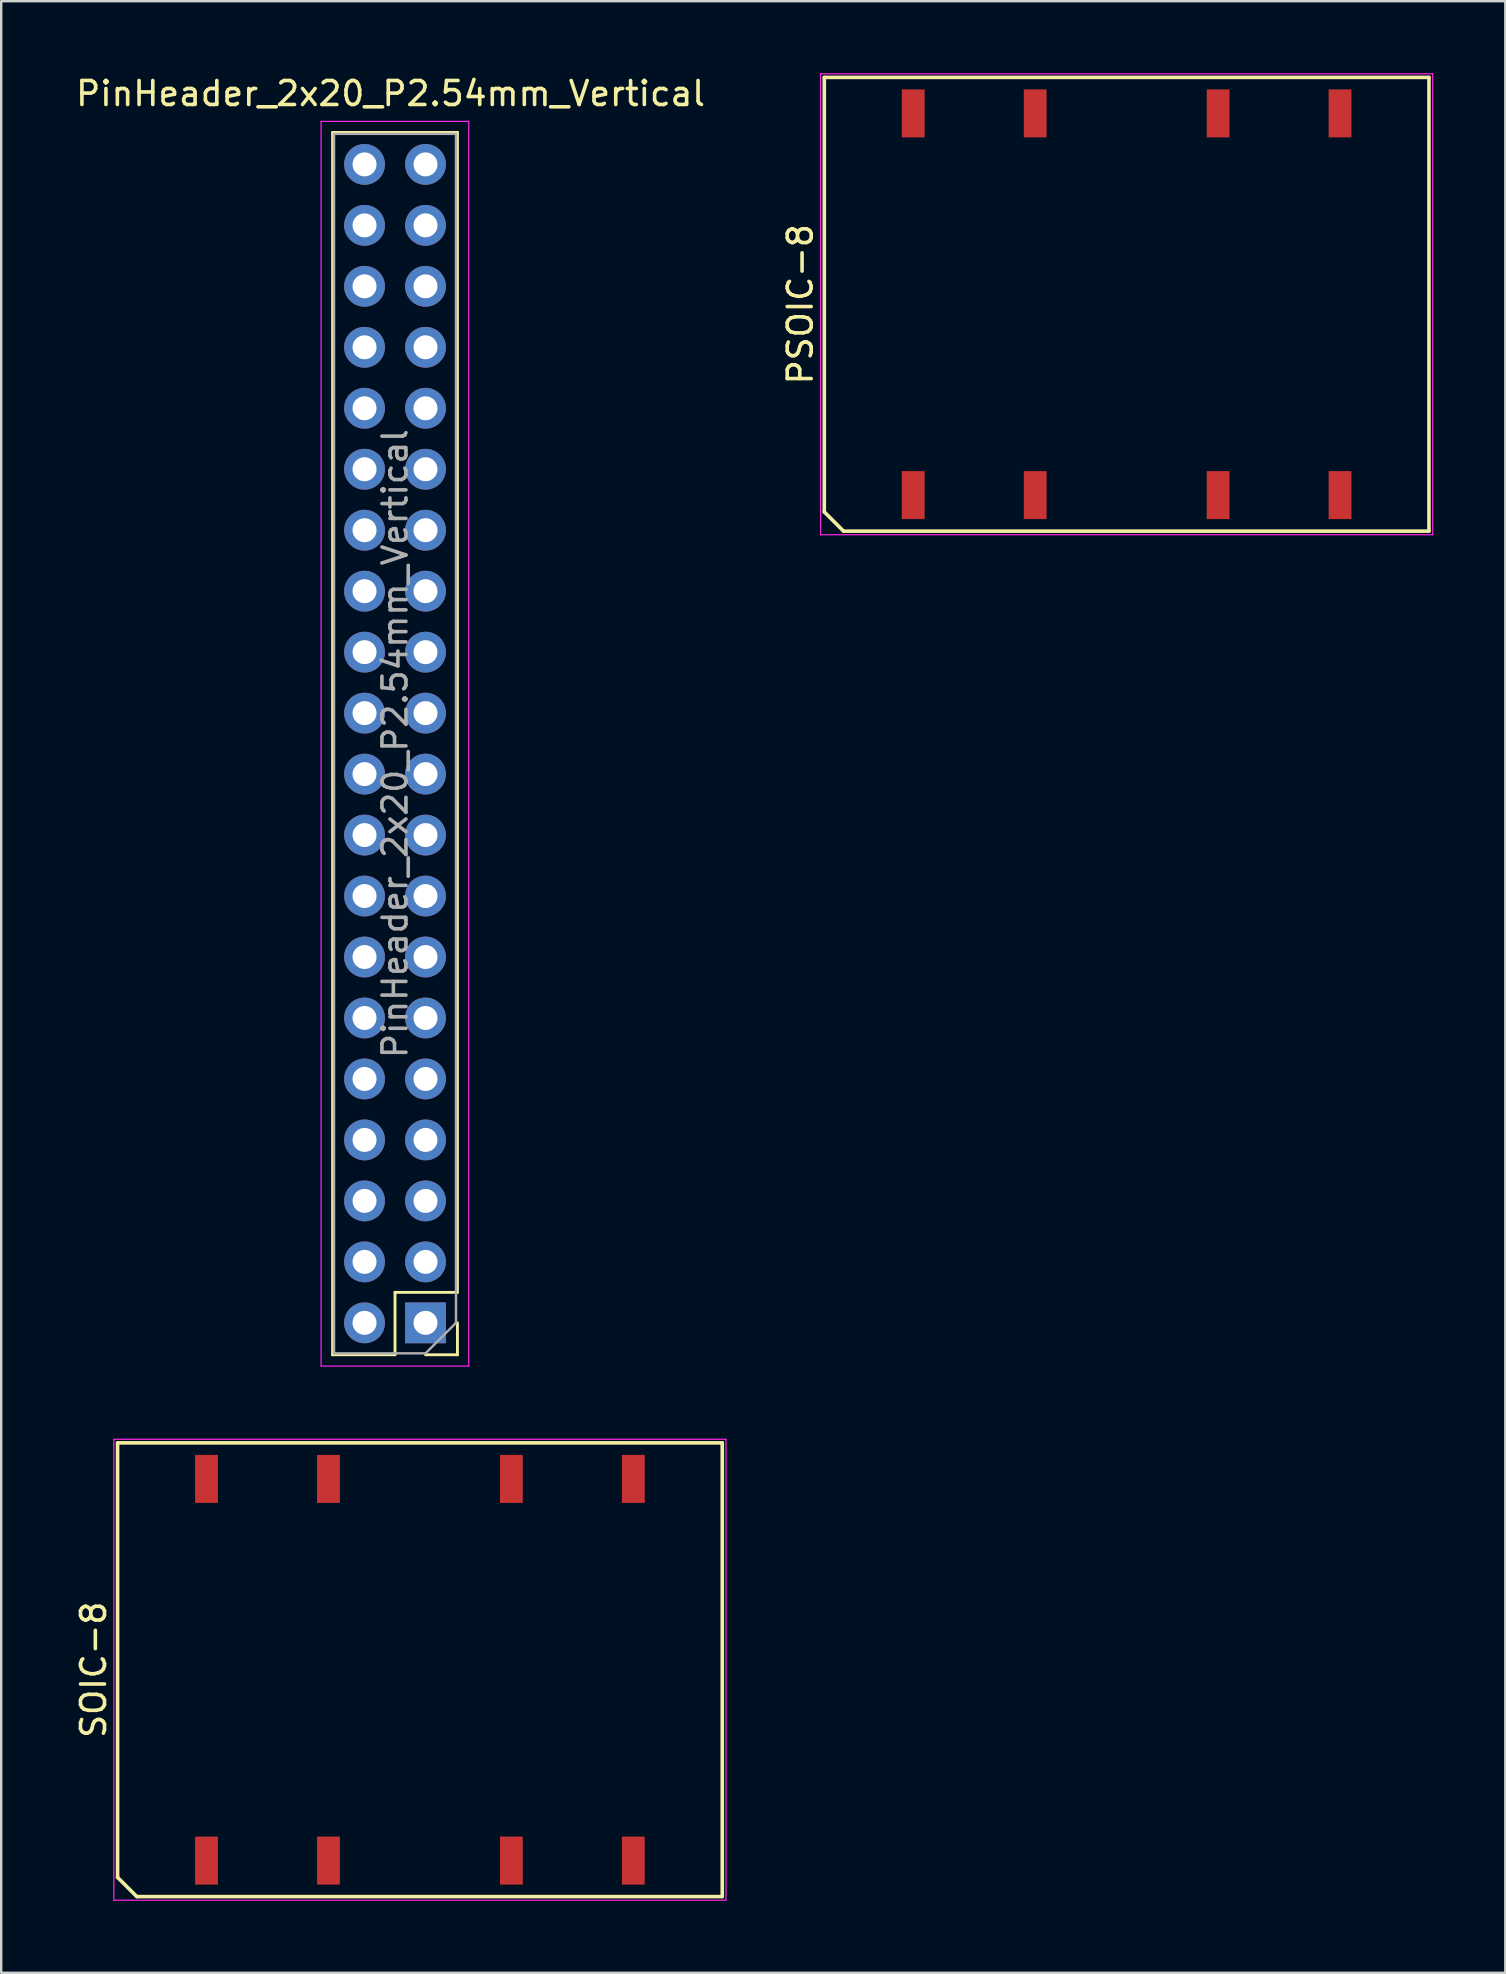
<source format=kicad_pcb>
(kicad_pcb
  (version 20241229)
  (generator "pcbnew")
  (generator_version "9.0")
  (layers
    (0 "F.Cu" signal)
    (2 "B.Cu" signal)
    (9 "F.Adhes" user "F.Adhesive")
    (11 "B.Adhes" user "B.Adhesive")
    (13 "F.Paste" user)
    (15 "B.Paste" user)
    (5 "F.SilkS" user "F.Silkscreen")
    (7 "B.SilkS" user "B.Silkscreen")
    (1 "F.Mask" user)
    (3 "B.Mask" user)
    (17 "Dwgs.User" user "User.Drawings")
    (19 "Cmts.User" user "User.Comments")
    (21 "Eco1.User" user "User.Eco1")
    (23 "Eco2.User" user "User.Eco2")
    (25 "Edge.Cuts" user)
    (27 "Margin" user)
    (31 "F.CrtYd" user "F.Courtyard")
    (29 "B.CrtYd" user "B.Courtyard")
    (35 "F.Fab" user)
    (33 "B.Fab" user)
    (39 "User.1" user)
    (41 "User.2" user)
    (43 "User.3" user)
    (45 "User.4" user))
  (footprint "SOIC-8"
    (layer "F.Cu")
    (at 14.443 66.509)
    (property "Reference" "SOIC-8" (at -13.595 0 90) (layer "F.SilkS") (effects (font (size 1 1) (thickness 0.15))))
    (attr smd)
    (fp_line (start -12.595 -9.45) (end 12.595 -9.45) (stroke (width 0.15) (type solid)) (layer "F.SilkS"))
    (fp_line (start -12.595 8.65) (end -12.595 -9.45) (stroke (width 0.15) (type solid)) (layer "F.SilkS"))
    (fp_line (start -11.795 9.45) (end -12.595 8.65) (stroke (width 0.15) (type solid)) (layer "F.SilkS"))
    (fp_line (start 12.595 -9.45) (end 12.595 9.45) (stroke (width 0.15) (type solid)) (layer "F.SilkS"))
    (fp_line (start 12.595 9.45) (end -11.795 9.45) (stroke (width 0.15) (type solid)) (layer "F.SilkS"))
    (fp_line (start -12.75 -9.6) (end 12.75 -9.6) (stroke (width 0.05) (type solid)) (layer "F.CrtYd"))
    (fp_line (start -12.75 9.6) (end -12.75 -9.6) (stroke (width 0.05) (type solid)) (layer "F.CrtYd"))
    (fp_line (start 12.75 -9.6) (end 12.75 9.6) (stroke (width 0.05) (type solid)) (layer "F.CrtYd"))
    (fp_line (start 12.75 9.6) (end -12.75 9.6) (stroke (width 0.05) (type solid)) (layer "F.CrtYd"))
    (pad "1" smd rect (at -8.89 7.95) (size 0.95 2) (layers "F.Cu" "F.Mask" "F.Paste"))
    (pad "2" smd rect (at -3.81 7.95) (size 0.95 2) (layers "F.Cu" "F.Mask" "F.Paste"))
    (pad "3" smd rect (at 3.81 7.95) (size 0.95 2) (layers "F.Cu" "F.Mask" "F.Paste"))
    (pad "4" smd rect (at 8.89 7.95) (size 0.95 2) (layers "F.Cu" "F.Mask" "F.Paste"))
    (pad "5" smd rect (at 8.89 -7.95) (size 0.95 2) (layers "F.Cu" "F.Mask" "F.Paste"))
    (pad "6" smd rect (at 3.81 -7.95) (size 0.95 2) (layers "F.Cu" "F.Mask" "F.Paste"))
    (pad "7" smd rect (at -3.81 -7.95) (size 0.95 2) (layers "F.Cu" "F.Mask" "F.Paste"))
    (pad "8" smd rect (at -8.89 -7.95) (size 0.95 2) (layers "F.Cu" "F.Mask" "F.Paste")))
  (footprint "PinHeader_2x20_P2.54mm_Vertical"
    (layer "F.Cu")
    (at 13.2 3.428)
    (property "Reference" "PinHeader_2x20_P2.54mm_Vertical" (at 0.02 -2.58 0) (layer "F.SilkS") (effects (font (size 1 1) (thickness 0.15))))
    (attr through_hole)
    (fp_line (start -2.394 49.96) (end -2.394 -0.96) (stroke (width 0.12) (type solid)) (layer "F.SilkS"))
    (fp_line (start 0.206 47.36) (end 0.206 49.96) (stroke (width 0.12) (type solid)) (layer "F.SilkS"))
    (fp_line (start 0.206 49.96) (end -2.394 49.96) (stroke (width 0.12) (type solid)) (layer "F.SilkS"))
    (fp_line (start 2.806 -0.96) (end -2.394 -0.96) (stroke (width 0.12) (type solid)) (layer "F.SilkS"))
    (fp_line (start 2.806 47.36) (end 0.206 47.36) (stroke (width 0.12) (type solid)) (layer "F.SilkS"))
    (fp_line (start 2.806 47.36) (end 2.806 -0.96) (stroke (width 0.12) (type solid)) (layer "F.SilkS"))
    (fp_line (start 2.806 48.63) (end 2.806 49.96) (stroke (width 0.12) (type solid)) (layer "F.SilkS"))
    (fp_line (start 2.806 49.96) (end 1.476 49.96) (stroke (width 0.12) (type solid)) (layer "F.SilkS"))
    (fp_line (start -2.874 -1.42) (end -2.874 50.43) (stroke (width 0.05) (type solid)) (layer "F.CrtYd"))
    (fp_line (start -2.874 50.43) (end 3.276 50.43) (stroke (width 0.05) (type solid)) (layer "F.CrtYd"))
    (fp_line (start 3.276 -1.42) (end -2.874 -1.42) (stroke (width 0.05) (type solid)) (layer "F.CrtYd"))
    (fp_line (start 3.276 50.43) (end 3.276 -1.42) (stroke (width 0.05) (type solid)) (layer "F.CrtYd"))
    (fp_line (start -2.334 -0.9) (end 2.746 -0.9) (stroke (width 0.1) (type solid)) (layer "F.Fab"))
    (fp_line (start -2.334 49.9) (end -2.334 -0.9) (stroke (width 0.1) (type solid)) (layer "F.Fab"))
    (fp_line (start 1.476 49.9) (end -2.334 49.9) (stroke (width 0.1) (type solid)) (layer "F.Fab"))
    (fp_line (start 2.746 -0.9) (end 2.746 48.63) (stroke (width 0.1) (type solid)) (layer "F.Fab"))
    (fp_line (start 2.746 48.63) (end 1.476 49.9) (stroke (width 0.1) (type solid)) (layer "F.Fab"))
    (fp_text user "${REFERENCE}" (at 0.206 24.5 270) (layer "F.Fab") (effects (font (size 1 1) (thickness 0.15))))
    (pad "1" thru_hole rect (at 1.476 48.63 180) (size 1.7 1.7) (drill 1) (layers "*.Cu" "*.Mask"))
    (pad "2" thru_hole oval (at -1.064 48.63 180) (size 1.7 1.7) (drill 1) (layers "*.Cu" "*.Mask"))
    (pad "3" thru_hole oval (at 1.476 46.09 180) (size 1.7 1.7) (drill 1) (layers "*.Cu" "*.Mask"))
    (pad "4" thru_hole oval (at -1.064 46.09 180) (size 1.7 1.7) (drill 1) (layers "*.Cu" "*.Mask"))
    (pad "5" thru_hole oval (at 1.476 43.55 180) (size 1.7 1.7) (drill 1) (layers "*.Cu" "*.Mask"))
    (pad "6" thru_hole oval (at -1.064 43.55 180) (size 1.7 1.7) (drill 1) (layers "*.Cu" "*.Mask"))
    (pad "7" thru_hole oval (at 1.476 41.01 180) (size 1.7 1.7) (drill 1) (layers "*.Cu" "*.Mask"))
    (pad "8" thru_hole oval (at -1.064 41.01 180) (size 1.7 1.7) (drill 1) (layers "*.Cu" "*.Mask"))
    (pad "9" thru_hole oval (at 1.476 38.47 180) (size 1.7 1.7) (drill 1) (layers "*.Cu" "*.Mask"))
    (pad "10" thru_hole oval (at -1.064 38.47 180) (size 1.7 1.7) (drill 1) (layers "*.Cu" "*.Mask"))
    (pad "11" thru_hole oval (at 1.476 35.93 180) (size 1.7 1.7) (drill 1) (layers "*.Cu" "*.Mask"))
    (pad "12" thru_hole oval (at -1.064 35.93 180) (size 1.7 1.7) (drill 1) (layers "*.Cu" "*.Mask"))
    (pad "13" thru_hole oval (at 1.476 33.39 180) (size 1.7 1.7) (drill 1) (layers "*.Cu" "*.Mask"))
    (pad "14" thru_hole oval (at -1.064 33.39 180) (size 1.7 1.7) (drill 1) (layers "*.Cu" "*.Mask"))
    (pad "15" thru_hole oval (at 1.476 30.85 180) (size 1.7 1.7) (drill 1) (layers "*.Cu" "*.Mask"))
    (pad "16" thru_hole oval (at -1.064 30.85 180) (size 1.7 1.7) (drill 1) (layers "*.Cu" "*.Mask"))
    (pad "17" thru_hole oval (at 1.476 28.31 180) (size 1.7 1.7) (drill 1) (layers "*.Cu" "*.Mask"))
    (pad "18" thru_hole oval (at -1.064 28.31 180) (size 1.7 1.7) (drill 1) (layers "*.Cu" "*.Mask"))
    (pad "19" thru_hole oval (at 1.476 25.77 180) (size 1.7 1.7) (drill 1) (layers "*.Cu" "*.Mask"))
    (pad "20" thru_hole oval (at -1.064 25.77 180) (size 1.7 1.7) (drill 1) (layers "*.Cu" "*.Mask"))
    (pad "21" thru_hole oval (at 1.476 23.23 180) (size 1.7 1.7) (drill 1) (layers "*.Cu" "*.Mask"))
    (pad "22" thru_hole oval (at -1.064 23.23 180) (size 1.7 1.7) (drill 1) (layers "*.Cu" "*.Mask"))
    (pad "23" thru_hole oval (at 1.476 20.69 180) (size 1.7 1.7) (drill 1) (layers "*.Cu" "*.Mask"))
    (pad "24" thru_hole oval (at -1.064 20.69 180) (size 1.7 1.7) (drill 1) (layers "*.Cu" "*.Mask"))
    (pad "25" thru_hole oval (at 1.476 18.15 180) (size 1.7 1.7) (drill 1) (layers "*.Cu" "*.Mask"))
    (pad "26" thru_hole oval (at -1.064 18.15 180) (size 1.7 1.7) (drill 1) (layers "*.Cu" "*.Mask"))
    (pad "27" thru_hole oval (at 1.476 15.61 180) (size 1.7 1.7) (drill 1) (layers "*.Cu" "*.Mask"))
    (pad "28" thru_hole oval (at -1.064 15.61 180) (size 1.7 1.7) (drill 1) (layers "*.Cu" "*.Mask"))
    (pad "29" thru_hole oval (at 1.476 13.07 180) (size 1.7 1.7) (drill 1) (layers "*.Cu" "*.Mask"))
    (pad "30" thru_hole oval (at -1.064 13.07 180) (size 1.7 1.7) (drill 1) (layers "*.Cu" "*.Mask"))
    (pad "31" thru_hole oval (at 1.476 10.53 180) (size 1.7 1.7) (drill 1) (layers "*.Cu" "*.Mask"))
    (pad "32" thru_hole oval (at -1.064 10.53 180) (size 1.7 1.7) (drill 1) (layers "*.Cu" "*.Mask"))
    (pad "33" thru_hole oval (at 1.476 7.99 180) (size 1.7 1.7) (drill 1) (layers "*.Cu" "*.Mask"))
    (pad "34" thru_hole oval (at -1.064 7.99 180) (size 1.7 1.7) (drill 1) (layers "*.Cu" "*.Mask"))
    (pad "35" thru_hole oval (at 1.476 5.45 180) (size 1.7 1.7) (drill 1) (layers "*.Cu" "*.Mask"))
    (pad "36" thru_hole oval (at -1.064 5.45 180) (size 1.7 1.7) (drill 1) (layers "*.Cu" "*.Mask"))
    (pad "37" thru_hole oval (at 1.476 2.91 180) (size 1.7 1.7) (drill 1) (layers "*.Cu" "*.Mask"))
    (pad "38" thru_hole oval (at -1.064 2.91 180) (size 1.7 1.7) (drill 1) (layers "*.Cu" "*.Mask"))
    (pad "39" thru_hole oval (at 1.476 0.37 180) (size 1.7 1.7) (drill 1) (layers "*.Cu" "*.Mask"))
    (pad "40" thru_hole oval (at -1.064 0.37 180) (size 1.7 1.7) (drill 1) (layers "*.Cu" "*.Mask")))
  (footprint "PSOIC-8"
    (layer "F.Cu")
    (at 43.884 9.625)
    (property "Reference" "PSOIC-8" (at -13.595 0 90) (layer "F.SilkS") (effects (font (size 1 1) (thickness 0.15))))
    (attr smd)
    (fp_line (start -12.595 -9.45) (end 12.595 -9.45) (stroke (width 0.15) (type solid)) (layer "F.SilkS"))
    (fp_line (start -12.595 8.65) (end -12.595 -9.45) (stroke (width 0.15) (type solid)) (layer "F.SilkS"))
    (fp_line (start -11.795 9.45) (end -12.595 8.65) (stroke (width 0.15) (type solid)) (layer "F.SilkS"))
    (fp_line (start 12.595 -9.45) (end 12.595 9.45) (stroke (width 0.15) (type solid)) (layer "F.SilkS"))
    (fp_line (start 12.595 9.45) (end -11.795 9.45) (stroke (width 0.15) (type solid)) (layer "F.SilkS"))
    (fp_line (start -12.75 -9.6) (end 12.75 -9.6) (stroke (width 0.05) (type solid)) (layer "F.CrtYd"))
    (fp_line (start -12.75 9.6) (end -12.75 -9.6) (stroke (width 0.05) (type solid)) (layer "F.CrtYd"))
    (fp_line (start 12.75 -9.6) (end 12.75 9.6) (stroke (width 0.05) (type solid)) (layer "F.CrtYd"))
    (fp_line (start 12.75 9.6) (end -12.75 9.6) (stroke (width 0.05) (type solid)) (layer "F.CrtYd"))
    (pad "1" smd rect (at -8.89 7.95) (size 0.95 2) (layers "F.Cu" "F.Mask" "F.Paste"))
    (pad "2" smd rect (at -3.81 7.95) (size 0.95 2) (layers "F.Cu" "F.Mask" "F.Paste"))
    (pad "3" smd rect (at 3.81 7.95) (size 0.95 2) (layers "F.Cu" "F.Mask" "F.Paste"))
    (pad "4" smd rect (at 8.89 7.95) (size 0.95 2) (layers "F.Cu" "F.Mask" "F.Paste"))
    (pad "5" smd rect (at 8.89 -7.95) (size 0.95 2) (layers "F.Cu" "F.Mask" "F.Paste"))
    (pad "6" smd rect (at 3.81 -7.95) (size 0.95 2) (layers "F.Cu" "F.Mask" "F.Paste"))
    (pad "7" smd rect (at -3.81 -7.95) (size 0.95 2) (layers "F.Cu" "F.Mask" "F.Paste"))
    (pad "8" smd rect (at -8.89 -7.95) (size 0.95 2) (layers "F.Cu" "F.Mask" "F.Paste")))
  (gr_rect
    (start -3 -3)
    (end 59.659 79.134)
    (stroke (width 0.1) (type default))
    (fill no)
    (layer "Edge.Cuts")))
</source>
